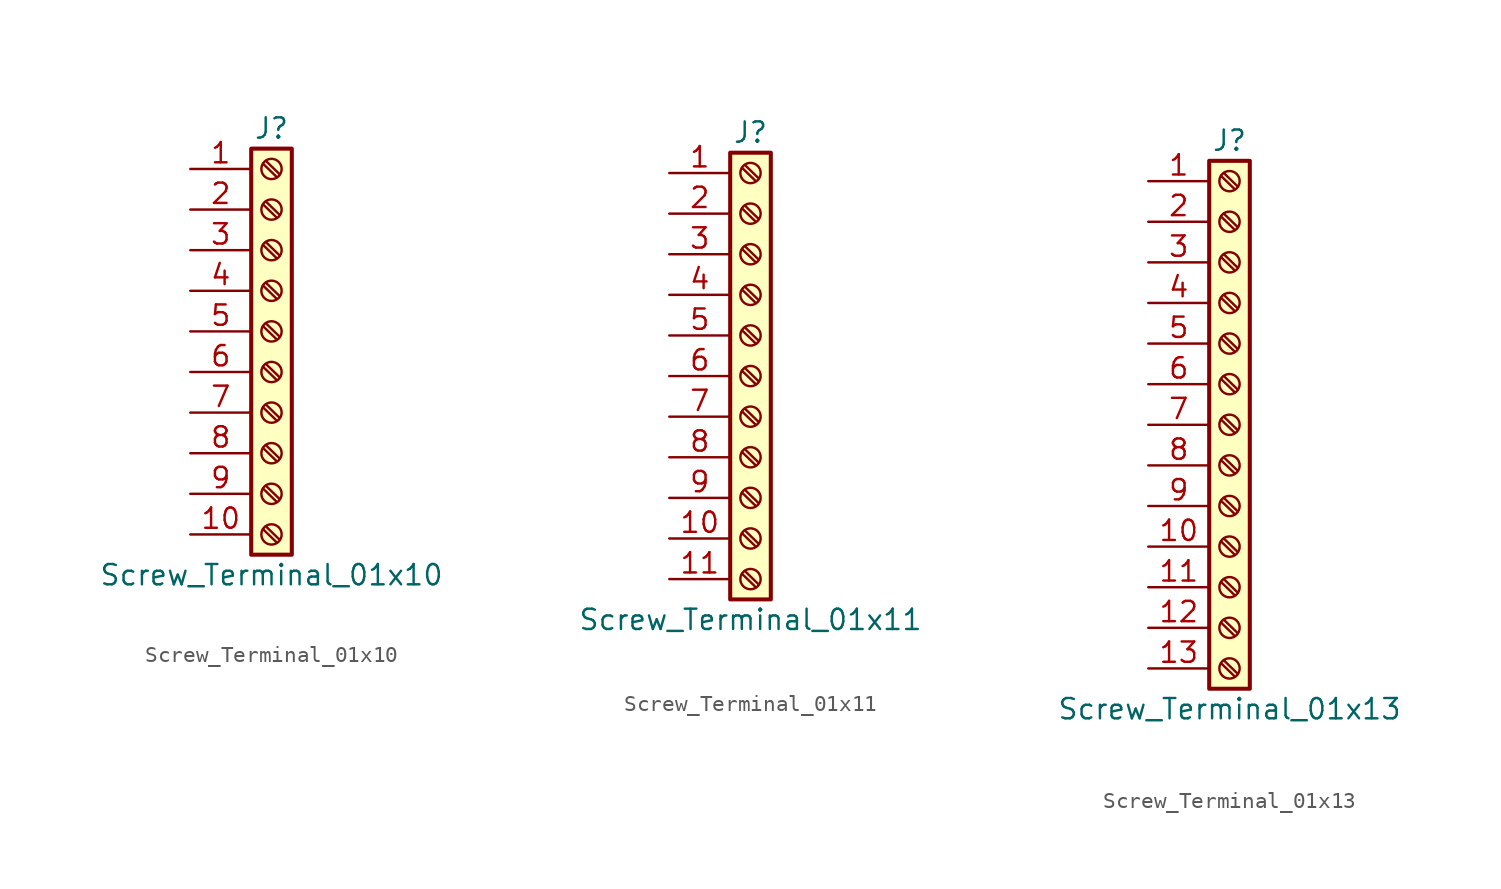
<source format=kicad_sym>
(kicad_symbol_lib
  (version 20220914)
  (generator kicad_symbol_editor)
  (symbol "Screw_Terminal_01x10"
    (pin_names
      (offset 1.016) hide)
    (property "Reference" "J"
      (at 0 12.7 0)
      (effects (font (size 1.27 1.27))))
    (property "Value" "Screw_Terminal_01x10"
      (at 0 -15.24 0)
      (effects (font (size 1.27 1.27))))
    (symbol "Screw_Terminal_01x10_1_1"
      (rectangle (start -1.27 11.43) (end 1.27 -13.97) (stroke (width 0.254) (type default)) (fill (type background)))
      (circle (center 0 -12.7) (radius 0.635) (stroke (width 0.152) (type default)) (fill (type none)))
      (circle (center 0 -10.16) (radius 0.635) (stroke (width 0.152) (type default)) (fill (type none)))
      (circle (center 0 -7.62) (radius 0.635) (stroke (width 0.152) (type default)) (fill (type none)))
      (circle (center 0 -5.08) (radius 0.635) (stroke (width 0.152) (type default)) (fill (type none)))
      (circle (center 0 -2.54) (radius 0.635) (stroke (width 0.152) (type default)) (fill (type none)))
      (polyline (pts (xy -0.533 -12.37) (xy 0.33 -13.208)) (stroke (width 0.152) (type default)) (fill (type none)))
      (polyline (pts (xy -0.533 -9.83) (xy 0.33 -10.668)) (stroke (width 0.152) (type default)) (fill (type none)))
      (polyline (pts (xy -0.533 -7.29) (xy 0.33 -8.128)) (stroke (width 0.152) (type default)) (fill (type none)))
      (polyline (pts (xy -0.533 -4.75) (xy 0.33 -5.588)) (stroke (width 0.152) (type default)) (fill (type none)))
      (polyline (pts (xy -0.533 -2.21) (xy 0.33 -3.048)) (stroke (width 0.152) (type default)) (fill (type none)))
      (polyline (pts (xy -0.533 0.33) (xy 0.33 -0.508)) (stroke (width 0.152) (type default)) (fill (type none)))
      (polyline (pts (xy -0.533 2.87) (xy 0.33 2.032)) (stroke (width 0.152) (type default)) (fill (type none)))
      (polyline (pts (xy -0.533 5.41) (xy 0.33 4.572)) (stroke (width 0.152) (type default)) (fill (type none)))
      (polyline (pts (xy -0.533 7.95) (xy 0.33 7.112)) (stroke (width 0.152) (type default)) (fill (type none)))
      (polyline (pts (xy -0.533 10.49) (xy 0.33 9.652)) (stroke (width 0.152) (type default)) (fill (type none)))
      (polyline (pts (xy -0.356 -12.192) (xy 0.508 -13.03)) (stroke (width 0.152) (type default)) (fill (type none)))
      (polyline (pts (xy -0.356 -9.652) (xy 0.508 -10.49)) (stroke (width 0.152) (type default)) (fill (type none)))
      (polyline (pts (xy -0.356 -7.112) (xy 0.508 -7.95)) (stroke (width 0.152) (type default)) (fill (type none)))
      (polyline (pts (xy -0.356 -4.572) (xy 0.508 -5.41)) (stroke (width 0.152) (type default)) (fill (type none)))
      (polyline (pts (xy -0.356 -2.032) (xy 0.508 -2.87)) (stroke (width 0.152) (type default)) (fill (type none)))
      (polyline (pts (xy -0.356 0.508) (xy 0.508 -0.33)) (stroke (width 0.152) (type default)) (fill (type none)))
      (polyline (pts (xy -0.356 3.048) (xy 0.508 2.21)) (stroke (width 0.152) (type default)) (fill (type none)))
      (polyline (pts (xy -0.356 5.588) (xy 0.508 4.75)) (stroke (width 0.152) (type default)) (fill (type none)))
      (polyline (pts (xy -0.356 8.128) (xy 0.508 7.29)) (stroke (width 0.152) (type default)) (fill (type none)))
      (polyline (pts (xy -0.356 10.668) (xy 0.508 9.83)) (stroke (width 0.152) (type default)) (fill (type none)))
      (circle (center 0 0) (radius 0.635) (stroke (width 0.152) (type default)) (fill (type none)))
      (circle (center 0 2.54) (radius 0.635) (stroke (width 0.152) (type default)) (fill (type none)))
      (circle (center 0 5.08) (radius 0.635) (stroke (width 0.152) (type default)) (fill (type none)))
      (circle (center 0 7.62) (radius 0.635) (stroke (width 0.152) (type default)) (fill (type none)))
      (circle (center 0 10.16) (radius 0.635) (stroke (width 0.152) (type default)) (fill (type none)))
      (pin passive line (at -5.08 10.16 0) (length 3.81) (name "Pin_1" (effects (font (size 1.27 1.27)))) (number "1" (effects (font (size 1.27 1.27)))))
      (pin passive line (at -5.08 -12.7 0) (length 3.81) (name "Pin_10" (effects (font (size 1.27 1.27)))) (number "10" (effects (font (size 1.27 1.27)))))
      (pin passive line (at -5.08 7.62 0) (length 3.81) (name "Pin_2" (effects (font (size 1.27 1.27)))) (number "2" (effects (font (size 1.27 1.27)))))
      (pin passive line (at -5.08 5.08 0) (length 3.81) (name "Pin_3" (effects (font (size 1.27 1.27)))) (number "3" (effects (font (size 1.27 1.27)))))
      (pin passive line (at -5.08 2.54 0) (length 3.81) (name "Pin_4" (effects (font (size 1.27 1.27)))) (number "4" (effects (font (size 1.27 1.27)))))
      (pin passive line (at -5.08 0 0) (length 3.81) (name "Pin_5" (effects (font (size 1.27 1.27)))) (number "5" (effects (font (size 1.27 1.27)))))
      (pin passive line (at -5.08 -2.54 0) (length 3.81) (name "Pin_6" (effects (font (size 1.27 1.27)))) (number "6" (effects (font (size 1.27 1.27)))))
      (pin passive line (at -5.08 -5.08 0) (length 3.81) (name "Pin_7" (effects (font (size 1.27 1.27)))) (number "7" (effects (font (size 1.27 1.27)))))
      (pin passive line (at -5.08 -7.62 0) (length 3.81) (name "Pin_8" (effects (font (size 1.27 1.27)))) (number "8" (effects (font (size 1.27 1.27)))))
      (pin passive line (at -5.08 -10.16 0) (length 3.81) (name "Pin_9" (effects (font (size 1.27 1.27)))) (number "9" (effects (font (size 1.27 1.27)))))))
  (symbol "Screw_Terminal_01x11"
    (pin_names
      (offset 1.016) hide)
    (property "Reference" "J"
      (at 0 15.24 0)
      (effects (font (size 1.27 1.27))))
    (property "Value" "Screw_Terminal_01x11"
      (at 0 -15.24 0)
      (effects (font (size 1.27 1.27))))
    (symbol "Screw_Terminal_01x11_1_1"
      (rectangle (start -1.27 13.97) (end 1.27 -13.97) (stroke (width 0.254) (type default)) (fill (type background)))
      (circle (center 0 -12.7) (radius 0.635) (stroke (width 0.152) (type default)) (fill (type none)))
      (circle (center 0 -10.16) (radius 0.635) (stroke (width 0.152) (type default)) (fill (type none)))
      (circle (center 0 -7.62) (radius 0.635) (stroke (width 0.152) (type default)) (fill (type none)))
      (circle (center 0 -5.08) (radius 0.635) (stroke (width 0.152) (type default)) (fill (type none)))
      (circle (center 0 -2.54) (radius 0.635) (stroke (width 0.152) (type default)) (fill (type none)))
      (polyline (pts (xy -0.533 -12.37) (xy 0.33 -13.208)) (stroke (width 0.152) (type default)) (fill (type none)))
      (polyline (pts (xy -0.533 -9.83) (xy 0.33 -10.668)) (stroke (width 0.152) (type default)) (fill (type none)))
      (polyline (pts (xy -0.533 -7.29) (xy 0.33 -8.128)) (stroke (width 0.152) (type default)) (fill (type none)))
      (polyline (pts (xy -0.533 -4.75) (xy 0.33 -5.588)) (stroke (width 0.152) (type default)) (fill (type none)))
      (polyline (pts (xy -0.533 -2.21) (xy 0.33 -3.048)) (stroke (width 0.152) (type default)) (fill (type none)))
      (polyline (pts (xy -0.533 0.33) (xy 0.33 -0.508)) (stroke (width 0.152) (type default)) (fill (type none)))
      (polyline (pts (xy -0.533 2.87) (xy 0.33 2.032)) (stroke (width 0.152) (type default)) (fill (type none)))
      (polyline (pts (xy -0.533 5.41) (xy 0.33 4.572)) (stroke (width 0.152) (type default)) (fill (type none)))
      (polyline (pts (xy -0.533 7.95) (xy 0.33 7.112)) (stroke (width 0.152) (type default)) (fill (type none)))
      (polyline (pts (xy -0.533 10.49) (xy 0.33 9.652)) (stroke (width 0.152) (type default)) (fill (type none)))
      (polyline (pts (xy -0.533 13.03) (xy 0.33 12.192)) (stroke (width 0.152) (type default)) (fill (type none)))
      (polyline (pts (xy -0.356 -12.192) (xy 0.508 -13.03)) (stroke (width 0.152) (type default)) (fill (type none)))
      (polyline (pts (xy -0.356 -9.652) (xy 0.508 -10.49)) (stroke (width 0.152) (type default)) (fill (type none)))
      (polyline (pts (xy -0.356 -7.112) (xy 0.508 -7.95)) (stroke (width 0.152) (type default)) (fill (type none)))
      (polyline (pts (xy -0.356 -4.572) (xy 0.508 -5.41)) (stroke (width 0.152) (type default)) (fill (type none)))
      (polyline (pts (xy -0.356 -2.032) (xy 0.508 -2.87)) (stroke (width 0.152) (type default)) (fill (type none)))
      (polyline (pts (xy -0.356 0.508) (xy 0.508 -0.33)) (stroke (width 0.152) (type default)) (fill (type none)))
      (polyline (pts (xy -0.356 3.048) (xy 0.508 2.21)) (stroke (width 0.152) (type default)) (fill (type none)))
      (polyline (pts (xy -0.356 5.588) (xy 0.508 4.75)) (stroke (width 0.152) (type default)) (fill (type none)))
      (polyline (pts (xy -0.356 8.128) (xy 0.508 7.29)) (stroke (width 0.152) (type default)) (fill (type none)))
      (polyline (pts (xy -0.356 10.668) (xy 0.508 9.83)) (stroke (width 0.152) (type default)) (fill (type none)))
      (polyline (pts (xy -0.356 13.208) (xy 0.508 12.37)) (stroke (width 0.152) (type default)) (fill (type none)))
      (circle (center 0 0) (radius 0.635) (stroke (width 0.152) (type default)) (fill (type none)))
      (circle (center 0 2.54) (radius 0.635) (stroke (width 0.152) (type default)) (fill (type none)))
      (circle (center 0 5.08) (radius 0.635) (stroke (width 0.152) (type default)) (fill (type none)))
      (circle (center 0 7.62) (radius 0.635) (stroke (width 0.152) (type default)) (fill (type none)))
      (circle (center 0 10.16) (radius 0.635) (stroke (width 0.152) (type default)) (fill (type none)))
      (circle (center 0 12.7) (radius 0.635) (stroke (width 0.152) (type default)) (fill (type none)))
      (pin passive line (at -5.08 12.7 0) (length 3.81) (name "Pin_1" (effects (font (size 1.27 1.27)))) (number "1" (effects (font (size 1.27 1.27)))))
      (pin passive line (at -5.08 -10.16 0) (length 3.81) (name "Pin_10" (effects (font (size 1.27 1.27)))) (number "10" (effects (font (size 1.27 1.27)))))
      (pin passive line (at -5.08 -12.7 0) (length 3.81) (name "Pin_11" (effects (font (size 1.27 1.27)))) (number "11" (effects (font (size 1.27 1.27)))))
      (pin passive line (at -5.08 10.16 0) (length 3.81) (name "Pin_2" (effects (font (size 1.27 1.27)))) (number "2" (effects (font (size 1.27 1.27)))))
      (pin passive line (at -5.08 7.62 0) (length 3.81) (name "Pin_3" (effects (font (size 1.27 1.27)))) (number "3" (effects (font (size 1.27 1.27)))))
      (pin passive line (at -5.08 5.08 0) (length 3.81) (name "Pin_4" (effects (font (size 1.27 1.27)))) (number "4" (effects (font (size 1.27 1.27)))))
      (pin passive line (at -5.08 2.54 0) (length 3.81) (name "Pin_5" (effects (font (size 1.27 1.27)))) (number "5" (effects (font (size 1.27 1.27)))))
      (pin passive line (at -5.08 0 0) (length 3.81) (name "Pin_6" (effects (font (size 1.27 1.27)))) (number "6" (effects (font (size 1.27 1.27)))))
      (pin passive line (at -5.08 -2.54 0) (length 3.81) (name "Pin_7" (effects (font (size 1.27 1.27)))) (number "7" (effects (font (size 1.27 1.27)))))
      (pin passive line (at -5.08 -5.08 0) (length 3.81) (name "Pin_8" (effects (font (size 1.27 1.27)))) (number "8" (effects (font (size 1.27 1.27)))))
      (pin passive line (at -5.08 -7.62 0) (length 3.81) (name "Pin_9" (effects (font (size 1.27 1.27)))) (number "9" (effects (font (size 1.27 1.27)))))))
  (symbol "Screw_Terminal_01x13"
    (pin_names
      (offset 1.016) hide)
    (property "Reference" "J"
      (at 0 17.78 0)
      (effects (font (size 1.27 1.27))))
    (property "Value" "Screw_Terminal_01x13"
      (at 0 -17.78 0)
      (effects (font (size 1.27 1.27))))
    (symbol "Screw_Terminal_01x13_1_1"
      (rectangle (start -1.27 16.51) (end 1.27 -16.51) (stroke (width 0.254) (type default)) (fill (type background)))
      (circle (center 0 -15.24) (radius 0.635) (stroke (width 0.152) (type default)) (fill (type none)))
      (circle (center 0 -12.7) (radius 0.635) (stroke (width 0.152) (type default)) (fill (type none)))
      (circle (center 0 -10.16) (radius 0.635) (stroke (width 0.152) (type default)) (fill (type none)))
      (circle (center 0 -7.62) (radius 0.635) (stroke (width 0.152) (type default)) (fill (type none)))
      (circle (center 0 -5.08) (radius 0.635) (stroke (width 0.152) (type default)) (fill (type none)))
      (circle (center 0 -2.54) (radius 0.635) (stroke (width 0.152) (type default)) (fill (type none)))
      (polyline (pts (xy -0.533 -14.91) (xy 0.33 -15.748)) (stroke (width 0.152) (type default)) (fill (type none)))
      (polyline (pts (xy -0.533 -12.37) (xy 0.33 -13.208)) (stroke (width 0.152) (type default)) (fill (type none)))
      (polyline (pts (xy -0.533 -9.83) (xy 0.33 -10.668)) (stroke (width 0.152) (type default)) (fill (type none)))
      (polyline (pts (xy -0.533 -7.29) (xy 0.33 -8.128)) (stroke (width 0.152) (type default)) (fill (type none)))
      (polyline (pts (xy -0.533 -4.75) (xy 0.33 -5.588)) (stroke (width 0.152) (type default)) (fill (type none)))
      (polyline (pts (xy -0.533 -2.21) (xy 0.33 -3.048)) (stroke (width 0.152) (type default)) (fill (type none)))
      (polyline (pts (xy -0.533 0.33) (xy 0.33 -0.508)) (stroke (width 0.152) (type default)) (fill (type none)))
      (polyline (pts (xy -0.533 2.87) (xy 0.33 2.032)) (stroke (width 0.152) (type default)) (fill (type none)))
      (polyline (pts (xy -0.533 5.41) (xy 0.33 4.572)) (stroke (width 0.152) (type default)) (fill (type none)))
      (polyline (pts (xy -0.533 7.95) (xy 0.33 7.112)) (stroke (width 0.152) (type default)) (fill (type none)))
      (polyline (pts (xy -0.533 10.49) (xy 0.33 9.652)) (stroke (width 0.152) (type default)) (fill (type none)))
      (polyline (pts (xy -0.533 13.03) (xy 0.33 12.192)) (stroke (width 0.152) (type default)) (fill (type none)))
      (polyline (pts (xy -0.533 15.57) (xy 0.33 14.732)) (stroke (width 0.152) (type default)) (fill (type none)))
      (polyline (pts (xy -0.356 -14.732) (xy 0.508 -15.57)) (stroke (width 0.152) (type default)) (fill (type none)))
      (polyline (pts (xy -0.356 -12.192) (xy 0.508 -13.03)) (stroke (width 0.152) (type default)) (fill (type none)))
      (polyline (pts (xy -0.356 -9.652) (xy 0.508 -10.49)) (stroke (width 0.152) (type default)) (fill (type none)))
      (polyline (pts (xy -0.356 -7.112) (xy 0.508 -7.95)) (stroke (width 0.152) (type default)) (fill (type none)))
      (polyline (pts (xy -0.356 -4.572) (xy 0.508 -5.41)) (stroke (width 0.152) (type default)) (fill (type none)))
      (polyline (pts (xy -0.356 -2.032) (xy 0.508 -2.87)) (stroke (width 0.152) (type default)) (fill (type none)))
      (polyline (pts (xy -0.356 0.508) (xy 0.508 -0.33)) (stroke (width 0.152) (type default)) (fill (type none)))
      (polyline (pts (xy -0.356 3.048) (xy 0.508 2.21)) (stroke (width 0.152) (type default)) (fill (type none)))
      (polyline (pts (xy -0.356 5.588) (xy 0.508 4.75)) (stroke (width 0.152) (type default)) (fill (type none)))
      (polyline (pts (xy -0.356 8.128) (xy 0.508 7.29)) (stroke (width 0.152) (type default)) (fill (type none)))
      (polyline (pts (xy -0.356 10.668) (xy 0.508 9.83)) (stroke (width 0.152) (type default)) (fill (type none)))
      (polyline (pts (xy -0.356 13.208) (xy 0.508 12.37)) (stroke (width 0.152) (type default)) (fill (type none)))
      (polyline (pts (xy -0.356 15.748) (xy 0.508 14.91)) (stroke (width 0.152) (type default)) (fill (type none)))
      (circle (center 0 0) (radius 0.635) (stroke (width 0.152) (type default)) (fill (type none)))
      (circle (center 0 2.54) (radius 0.635) (stroke (width 0.152) (type default)) (fill (type none)))
      (circle (center 0 5.08) (radius 0.635) (stroke (width 0.152) (type default)) (fill (type none)))
      (circle (center 0 7.62) (radius 0.635) (stroke (width 0.152) (type default)) (fill (type none)))
      (circle (center 0 10.16) (radius 0.635) (stroke (width 0.152) (type default)) (fill (type none)))
      (circle (center 0 12.7) (radius 0.635) (stroke (width 0.152) (type default)) (fill (type none)))
      (circle (center 0 15.24) (radius 0.635) (stroke (width 0.152) (type default)) (fill (type none)))
      (pin passive line (at -5.08 15.24 0) (length 3.81) (name "Pin_1" (effects (font (size 1.27 1.27)))) (number "1" (effects (font (size 1.27 1.27)))))
      (pin passive line (at -5.08 -7.62 0) (length 3.81) (name "Pin_10" (effects (font (size 1.27 1.27)))) (number "10" (effects (font (size 1.27 1.27)))))
      (pin passive line (at -5.08 -10.16 0) (length 3.81) (name "Pin_11" (effects (font (size 1.27 1.27)))) (number "11" (effects (font (size 1.27 1.27)))))
      (pin passive line (at -5.08 -12.7 0) (length 3.81) (name "Pin_12" (effects (font (size 1.27 1.27)))) (number "12" (effects (font (size 1.27 1.27)))))
      (pin passive line (at -5.08 -15.24 0) (length 3.81) (name "Pin_13" (effects (font (size 1.27 1.27)))) (number "13" (effects (font (size 1.27 1.27)))))
      (pin passive line (at -5.08 12.7 0) (length 3.81) (name "Pin_2" (effects (font (size 1.27 1.27)))) (number "2" (effects (font (size 1.27 1.27)))))
      (pin passive line (at -5.08 10.16 0) (length 3.81) (name "Pin_3" (effects (font (size 1.27 1.27)))) (number "3" (effects (font (size 1.27 1.27)))))
      (pin passive line (at -5.08 7.62 0) (length 3.81) (name "Pin_4" (effects (font (size 1.27 1.27)))) (number "4" (effects (font (size 1.27 1.27)))))
      (pin passive line (at -5.08 5.08 0) (length 3.81) (name "Pin_5" (effects (font (size 1.27 1.27)))) (number "5" (effects (font (size 1.27 1.27)))))
      (pin passive line (at -5.08 2.54 0) (length 3.81) (name "Pin_6" (effects (font (size 1.27 1.27)))) (number "6" (effects (font (size 1.27 1.27)))))
      (pin passive line (at -5.08 0 0) (length 3.81) (name "Pin_7" (effects (font (size 1.27 1.27)))) (number "7" (effects (font (size 1.27 1.27)))))
      (pin passive line (at -5.08 -2.54 0) (length 3.81) (name "Pin_8" (effects (font (size 1.27 1.27)))) (number "8" (effects (font (size 1.27 1.27)))))
      (pin passive line (at -5.08 -5.08 0) (length 3.81) (name "Pin_9" (effects (font (size 1.27 1.27)))) (number "9" (effects (font (size 1.27 1.27))))))))
</source>
